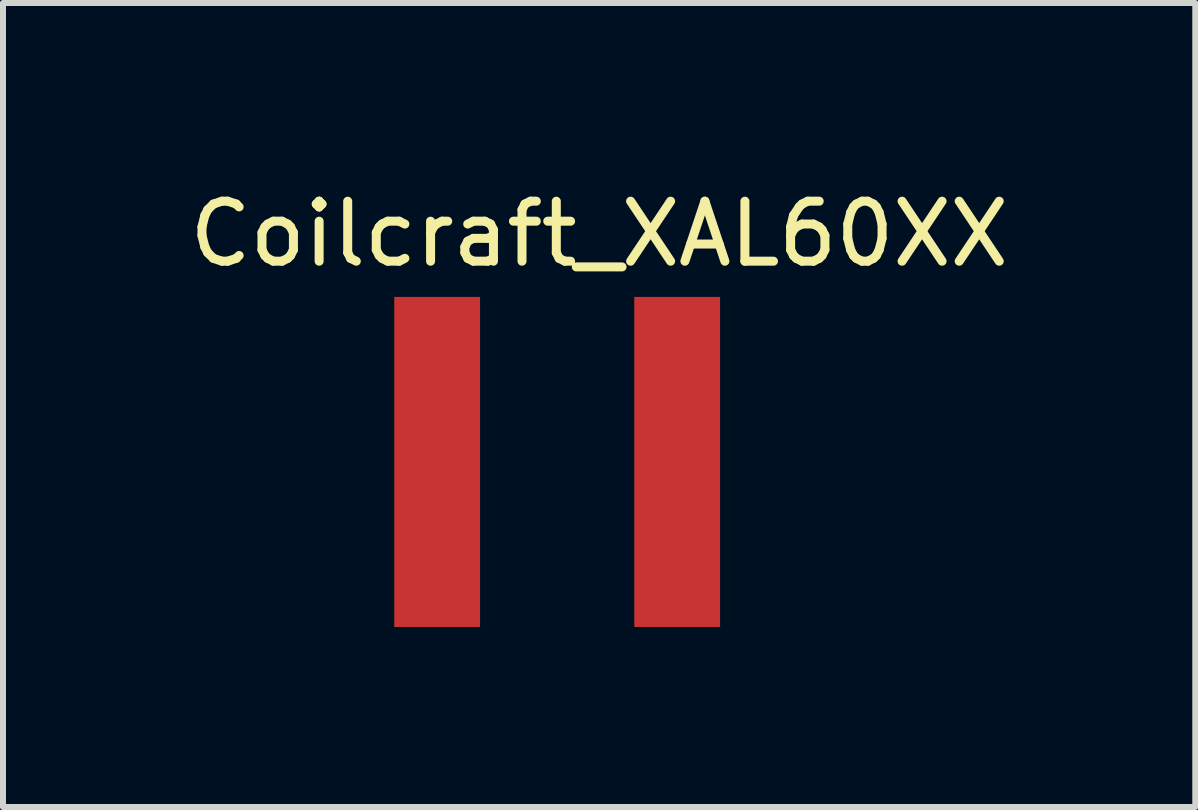
<source format=kicad_pcb>
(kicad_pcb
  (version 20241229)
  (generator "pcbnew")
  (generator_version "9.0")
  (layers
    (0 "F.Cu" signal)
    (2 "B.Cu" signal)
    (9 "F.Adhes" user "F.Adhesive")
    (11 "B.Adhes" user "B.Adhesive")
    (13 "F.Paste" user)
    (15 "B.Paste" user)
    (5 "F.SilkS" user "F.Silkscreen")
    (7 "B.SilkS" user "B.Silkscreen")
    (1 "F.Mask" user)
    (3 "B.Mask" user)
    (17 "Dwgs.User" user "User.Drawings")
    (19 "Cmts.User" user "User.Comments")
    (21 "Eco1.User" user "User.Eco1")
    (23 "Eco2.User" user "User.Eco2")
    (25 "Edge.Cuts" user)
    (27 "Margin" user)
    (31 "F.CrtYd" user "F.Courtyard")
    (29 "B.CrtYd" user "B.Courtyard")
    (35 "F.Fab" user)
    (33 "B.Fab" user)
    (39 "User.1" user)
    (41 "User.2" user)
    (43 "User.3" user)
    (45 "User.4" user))
  (footprint "Coilcraft_XAL60XX"
    (layer "F.Cu")
    (at 6.935 0.348)
    (property "Reference" "Coilcraft_XAL60XX" (at 0 0.5 0) (layer "F.SilkS") (effects (font (size 1 1) (thickness 0.15))))
    (attr through_hole)
    (pad "1" smd rect (at -2.7 4.3) (size 1.43 5.5) (layers "F.Cu" "F.Mask" "F.Paste"))
    (pad "2" smd rect (at 1.3 4.3) (size 1.43 5.5) (layers "F.Cu" "F.Mask" "F.Paste")))
  (gr_rect
    (start -3 -3)
    (end 16.869 10.398)
    (stroke (width 0.1) (type default))
    (fill no)
    (layer "Edge.Cuts")))
</source>
